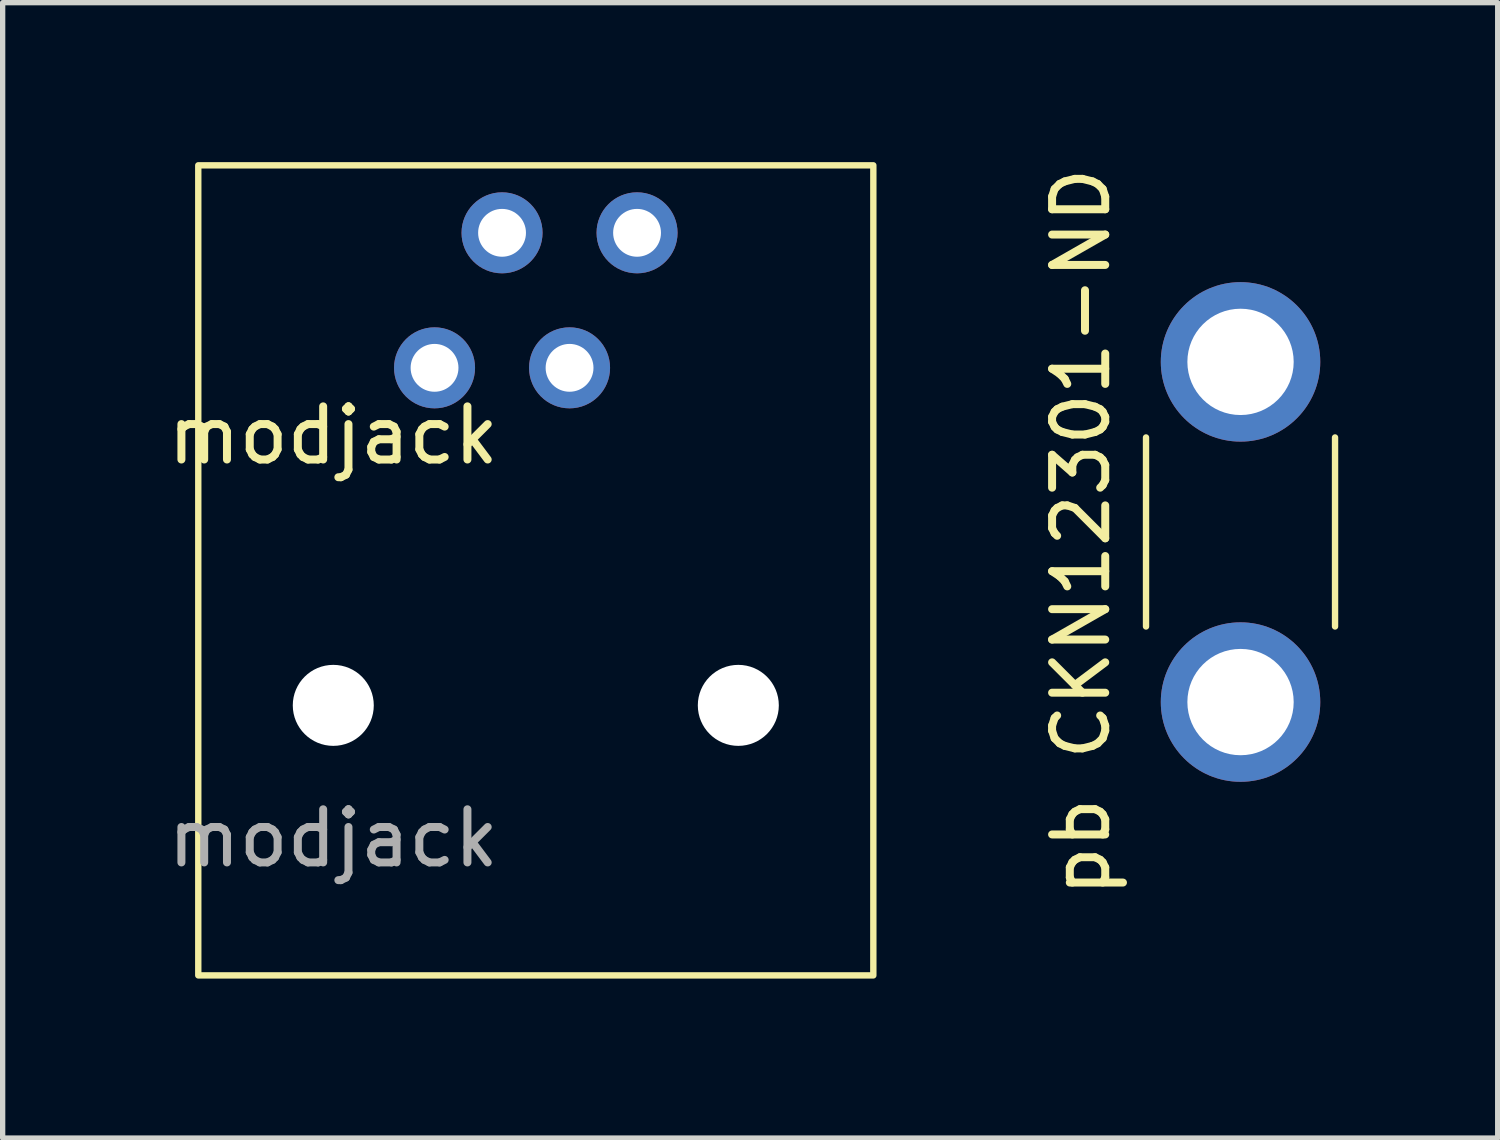
<source format=kicad_pcb>
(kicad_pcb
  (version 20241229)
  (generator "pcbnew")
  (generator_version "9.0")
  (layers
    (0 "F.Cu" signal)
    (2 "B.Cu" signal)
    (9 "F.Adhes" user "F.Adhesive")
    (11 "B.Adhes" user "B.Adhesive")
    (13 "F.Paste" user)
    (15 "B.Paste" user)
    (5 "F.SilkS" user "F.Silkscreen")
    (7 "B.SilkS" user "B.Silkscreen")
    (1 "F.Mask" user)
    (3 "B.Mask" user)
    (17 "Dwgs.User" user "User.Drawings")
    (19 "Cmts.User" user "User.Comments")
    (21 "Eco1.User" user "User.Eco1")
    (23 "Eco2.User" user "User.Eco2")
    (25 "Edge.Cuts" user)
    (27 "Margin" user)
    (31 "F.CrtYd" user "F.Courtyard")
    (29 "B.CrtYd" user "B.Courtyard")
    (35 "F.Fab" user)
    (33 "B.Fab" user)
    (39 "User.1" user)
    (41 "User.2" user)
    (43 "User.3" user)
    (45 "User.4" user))
  (footprint "pb CKN12301-ND"
    (layer "F.Cu")
    (at 20.288 6.958)
    (property "Reference" "pb CKN12301-ND" (at -3 0 90) (layer "F.SilkS") (effects (font (size 1 1) (thickness 0.15))))
    (fp_line (start -1.778 -1.778) (end -1.778 1.778) (stroke (width 0.12) (type solid)) (layer "F.SilkS"))
    (fp_line (start 1.778 -1.778) (end 1.778 1.778) (stroke (width 0.12) (type solid)) (layer "F.SilkS"))
    (pad "1" thru_hole circle (at 0 3.2) (size 3 3) (drill 2) (layers "*.Cu" "*.Mask"))
    (pad "2" thru_hole circle (at 0 -3.2) (size 3 3) (drill 2) (layers "*.Cu" "*.Mask")))
  (footprint "modjack"
    (layer "F.Cu")
    (at 3.22 10.22)
    (property "Reference" "modjack" (at 0 -5.08 0) (unlocked yes) (layer "F.SilkS") (effects (font (size 1 1) (thickness 0.15))))
    (attr through_hole)
    (fp_rect (start 10.16 5.08) (end -2.54 -10.16) (stroke (width 0.12) (type solid)) (fill no) (layer "F.SilkS"))
    (fp_text user "${REFERENCE}" (at 0 2.5 0) (unlocked yes) (layer "F.Fab") (effects (font (size 1 1) (thickness 0.15))))
    (pad "" np_thru_hole circle (at 0 0) (size 1.524 1.524) (drill 3.2) (layers "*.Cu" "*.Mask"))
    (pad "" np_thru_hole circle (at 7.62 0) (size 1.524 1.524) (drill 3.2) (layers "*.Cu" "*.Mask"))
    (pad "1" thru_hole circle (at 1.905 -6.35) (size 1.524 1.524) (drill 0.9) (layers "*.Cu" "*.Mask"))
    (pad "2" thru_hole circle (at 3.175 -8.89) (size 1.524 1.524) (drill 0.9) (layers "*.Cu" "*.Mask"))
    (pad "3" thru_hole circle (at 4.445 -6.35) (size 1.524 1.524) (drill 0.9) (layers "*.Cu" "*.Mask"))
    (pad "4" thru_hole circle (at 5.715 -8.89) (size 1.524 1.524) (drill 0.9) (layers "*.Cu" "*.Mask")))
  (gr_rect
    (start -3 -3)
    (end 25.126 18.36)
    (stroke (width 0.1) (type default))
    (fill no)
    (layer "Edge.Cuts")))
</source>
